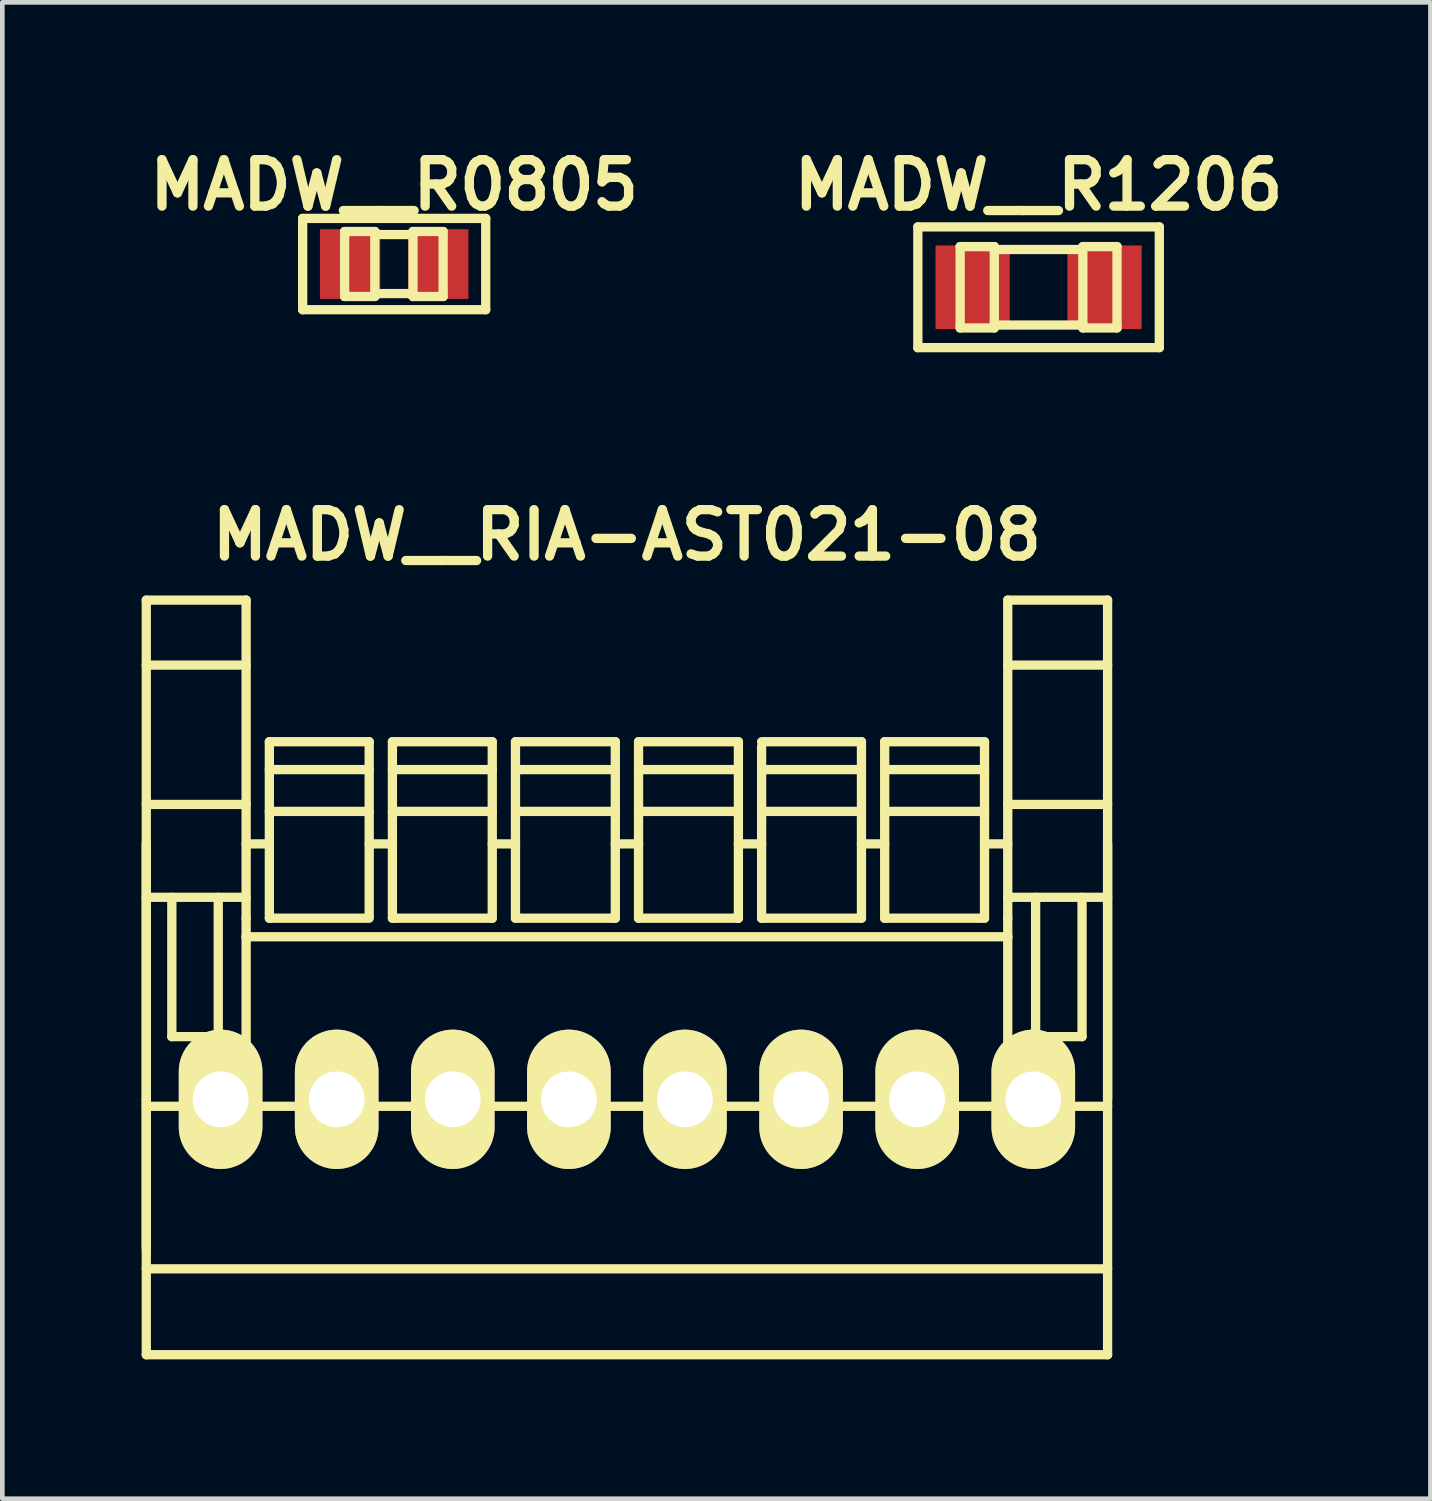
<source format=kicad_pcb>
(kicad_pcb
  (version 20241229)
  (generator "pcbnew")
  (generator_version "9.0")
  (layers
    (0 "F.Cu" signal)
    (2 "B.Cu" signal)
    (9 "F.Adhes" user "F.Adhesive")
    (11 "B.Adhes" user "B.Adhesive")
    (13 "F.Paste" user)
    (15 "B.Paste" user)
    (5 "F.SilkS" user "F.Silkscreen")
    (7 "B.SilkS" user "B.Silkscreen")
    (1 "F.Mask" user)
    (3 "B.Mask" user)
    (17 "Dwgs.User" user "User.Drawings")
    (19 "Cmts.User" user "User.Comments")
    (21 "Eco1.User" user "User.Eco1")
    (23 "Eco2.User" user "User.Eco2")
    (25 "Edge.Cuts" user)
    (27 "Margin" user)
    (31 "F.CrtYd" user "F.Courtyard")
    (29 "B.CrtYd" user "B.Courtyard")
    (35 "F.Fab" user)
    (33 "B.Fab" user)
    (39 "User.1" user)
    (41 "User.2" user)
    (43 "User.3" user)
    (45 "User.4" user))
  (footprint "MADW__R0805"
    (layer "F.Cu")
    (at 5.438 2.636)
    (property "Reference" "MADW__R0805" (at 0 -1.7 0) (layer "F.SilkS") (effects (font (size 1 1) (thickness 0.2))))
    (attr smd)
    (fp_line (start -1.971 -0.983) (end 1.971 -0.983) (stroke (width 0.2) (type solid)) (layer "F.SilkS"))
    (fp_line (start -1.971 0.983) (end -1.971 -0.983) (stroke (width 0.2) (type solid)) (layer "F.SilkS"))
    (fp_line (start -1.067 -0.701) (end -0.417 -0.701) (stroke (width 0.2) (type solid)) (layer "F.SilkS"))
    (fp_line (start -1.067 0.699) (end -1.067 -0.701) (stroke (width 0.2) (type solid)) (layer "F.SilkS"))
    (fp_line (start -1.067 0.699) (end -0.417 0.699) (stroke (width 0.2) (type solid)) (layer "F.SilkS"))
    (fp_line (start -0.417 0.699) (end -0.417 -0.701) (stroke (width 0.2) (type solid)) (layer "F.SilkS"))
    (fp_line (start -0.409 -0.635) (end 0.409 -0.635) (stroke (width 0.2) (type solid)) (layer "F.SilkS"))
    (fp_line (start -0.409 0.635) (end 0.409 0.635) (stroke (width 0.2) (type solid)) (layer "F.SilkS"))
    (fp_line (start 0.406 -0.701) (end 1.054 -0.701) (stroke (width 0.2) (type solid)) (layer "F.SilkS"))
    (fp_line (start 0.406 0.699) (end 0.406 -0.701) (stroke (width 0.2) (type solid)) (layer "F.SilkS"))
    (fp_line (start 0.406 0.699) (end 1.054 0.699) (stroke (width 0.2) (type solid)) (layer "F.SilkS"))
    (fp_line (start 1.054 0.699) (end 1.054 -0.701) (stroke (width 0.2) (type solid)) (layer "F.SilkS"))
    (fp_line (start 1.971 -0.983) (end 1.971 0.983) (stroke (width 0.2) (type solid)) (layer "F.SilkS"))
    (fp_line (start 1.971 0.983) (end -1.971 0.983) (stroke (width 0.2) (type solid)) (layer "F.SilkS"))
    (pad "1" smd rect (at -0.95 0) (size 1.298 1.499) (layers "F.Cu" "F.Mask" "F.Paste"))
    (pad "2" smd rect (at 0.95 0) (size 1.298 1.499) (layers "F.Cu" "F.Mask" "F.Paste")))
  (footprint "MADW__R1206"
    (layer "F.Cu")
    (at 19.314 3.136)
    (property "Reference" "MADW__R1206" (at 0 -2.2 0) (layer "F.SilkS") (effects (font (size 1 1) (thickness 0.2))))
    (attr smd)
    (fp_line (start -2.6 -1.3) (end 2.6 -1.3) (stroke (width 0.2) (type solid)) (layer "F.SilkS"))
    (fp_line (start -2.6 1.3) (end -2.6 -1.3) (stroke (width 0.2) (type solid)) (layer "F.SilkS"))
    (fp_line (start -1.689 -0.876) (end -0.953 -0.876) (stroke (width 0.2) (type solid)) (layer "F.SilkS"))
    (fp_line (start -1.689 0.876) (end -1.689 -0.876) (stroke (width 0.2) (type solid)) (layer "F.SilkS"))
    (fp_line (start -1.689 0.876) (end -0.953 0.876) (stroke (width 0.2) (type solid)) (layer "F.SilkS"))
    (fp_line (start -0.953 0.876) (end -0.953 -0.876) (stroke (width 0.2) (type solid)) (layer "F.SilkS"))
    (fp_line (start 0.953 -0.876) (end 1.689 -0.876) (stroke (width 0.2) (type solid)) (layer "F.SilkS"))
    (fp_line (start 0.953 -0.813) (end -0.965 -0.813) (stroke (width 0.2) (type solid)) (layer "F.SilkS"))
    (fp_line (start 0.953 0.813) (end -0.965 0.813) (stroke (width 0.2) (type solid)) (layer "F.SilkS"))
    (fp_line (start 0.953 0.876) (end 0.953 -0.876) (stroke (width 0.2) (type solid)) (layer "F.SilkS"))
    (fp_line (start 0.953 0.876) (end 1.689 0.876) (stroke (width 0.2) (type solid)) (layer "F.SilkS"))
    (fp_line (start 1.689 0.876) (end 1.689 -0.876) (stroke (width 0.2) (type solid)) (layer "F.SilkS"))
    (fp_line (start 2.6 -1.3) (end 2.6 1.3) (stroke (width 0.2) (type solid)) (layer "F.SilkS"))
    (fp_line (start 2.6 1.3) (end -2.6 1.3) (stroke (width 0.2) (type solid)) (layer "F.SilkS"))
    (pad "1" smd rect (at -1.42 0) (size 1.598 1.801) (layers "F.Cu" "F.Mask" "F.Paste"))
    (pad "2" smd rect (at 1.42 0) (size 1.598 1.801) (layers "F.Cu" "F.Mask" "F.Paste")))
  (footprint "MADW__RIA-AST021-08"
    (layer "F.Cu")
    (at 10.45 20.622)
    (property "Reference" "MADW__RIA-AST021-08" (at 0 -12.15 0) (layer "F.SilkS") (effects (font (size 1 1) (thickness 0.2))))
    (attr through_hole)
    (fp_line (start -10.35 -10.75) (end -8.2 -10.75) (stroke (width 0.2) (type solid)) (layer "F.SilkS"))
    (fp_line (start -10.35 -9.35) (end -8.2 -9.35) (stroke (width 0.2) (type solid)) (layer "F.SilkS"))
    (fp_line (start -10.35 -6.35) (end -8.2 -6.35) (stroke (width 0.2) (type solid)) (layer "F.SilkS"))
    (fp_line (start -10.35 -5.5) (end -10.35 5.5) (stroke (width 0.2) (type solid)) (layer "F.SilkS"))
    (fp_line (start -10.35 0) (end -10.35 -10.75) (stroke (width 0.2) (type solid)) (layer "F.SilkS"))
    (fp_line (start -10.35 0) (end -10.35 3.2) (stroke (width 0.2) (type solid)) (layer "F.SilkS"))
    (fp_line (start -10.35 0.15) (end 10.35 0.15) (stroke (width 0.2) (type solid)) (layer "F.SilkS"))
    (fp_line (start -10.35 3.65) (end 10.35 3.65) (stroke (width 0.2) (type solid)) (layer "F.SilkS"))
    (fp_line (start -10.35 5.5) (end 10.35 5.5) (stroke (width 0.2) (type solid)) (layer "F.SilkS"))
    (fp_line (start -9.8 -1.35) (end -9.8 -4.35) (stroke (width 0.2) (type solid)) (layer "F.SilkS"))
    (fp_line (start -8.8 -4.35) (end -8.8 -1.35) (stroke (width 0.2) (type solid)) (layer "F.SilkS"))
    (fp_line (start -8.8 -1.35) (end -9.8 -1.35) (stroke (width 0.2) (type solid)) (layer "F.SilkS"))
    (fp_line (start -8.2 -10.75) (end -8.2 -3.9) (stroke (width 0.2) (type solid)) (layer "F.SilkS"))
    (fp_line (start -8.2 -5.5) (end -7.7 -5.5) (stroke (width 0.2) (type solid)) (layer "F.SilkS"))
    (fp_line (start -8.2 -4.35) (end -10.35 -4.35) (stroke (width 0.2) (type solid)) (layer "F.SilkS"))
    (fp_line (start -8.2 -3.5) (end -8.2 -3.9) (stroke (width 0.2) (type solid)) (layer "F.SilkS"))
    (fp_line (start -8.2 -3.5) (end -8.2 0.15) (stroke (width 0.2) (type solid)) (layer "F.SilkS"))
    (fp_line (start -7.7 -7.7) (end -5.55 -7.7) (stroke (width 0.2) (type solid)) (layer "F.SilkS"))
    (fp_line (start -7.7 -7.1) (end -5.55 -7.1) (stroke (width 0.2) (type solid)) (layer "F.SilkS"))
    (fp_line (start -7.7 -6.2) (end -5.55 -6.2) (stroke (width 0.2) (type solid)) (layer "F.SilkS"))
    (fp_line (start -7.7 -3.9) (end -7.7 -7.7) (stroke (width 0.2) (type solid)) (layer "F.SilkS"))
    (fp_line (start -7.7 -3.9) (end -5.55 -3.9) (stroke (width 0.2) (type solid)) (layer "F.SilkS"))
    (fp_line (start -5.55 -7.7) (end -5.55 -3.95) (stroke (width 0.2) (type solid)) (layer "F.SilkS"))
    (fp_line (start -5.55 -5.5) (end -5.05 -5.5) (stroke (width 0.2) (type solid)) (layer "F.SilkS"))
    (fp_line (start -5.05 -7.7) (end -5.05 -3.9) (stroke (width 0.2) (type solid)) (layer "F.SilkS"))
    (fp_line (start -5.05 -7.7) (end -2.9 -7.7) (stroke (width 0.2) (type solid)) (layer "F.SilkS"))
    (fp_line (start -5.05 -7.1) (end -2.9 -7.1) (stroke (width 0.2) (type solid)) (layer "F.SilkS"))
    (fp_line (start -5.05 -6.2) (end -2.9 -6.2) (stroke (width 0.2) (type solid)) (layer "F.SilkS"))
    (fp_line (start -5.05 -3.9) (end -2.9 -3.9) (stroke (width 0.2) (type solid)) (layer "F.SilkS"))
    (fp_line (start -2.9 -5.5) (end -2.4 -5.5) (stroke (width 0.2) (type solid)) (layer "F.SilkS"))
    (fp_line (start -2.9 -3.9) (end -2.9 -7.7) (stroke (width 0.2) (type solid)) (layer "F.SilkS"))
    (fp_line (start -2.4 -7.7) (end -2.4 -3.9) (stroke (width 0.2) (type solid)) (layer "F.SilkS"))
    (fp_line (start -2.4 -7.7) (end -0.25 -7.7) (stroke (width 0.2) (type solid)) (layer "F.SilkS"))
    (fp_line (start -2.4 -7.1) (end -0.25 -7.1) (stroke (width 0.2) (type solid)) (layer "F.SilkS"))
    (fp_line (start -2.4 -6.2) (end -0.25 -6.2) (stroke (width 0.2) (type solid)) (layer "F.SilkS"))
    (fp_line (start -2.4 -3.9) (end -0.25 -3.9) (stroke (width 0.2) (type solid)) (layer "F.SilkS"))
    (fp_line (start -0.25 -5.5) (end 0.25 -5.5) (stroke (width 0.2) (type solid)) (layer "F.SilkS"))
    (fp_line (start -0.25 -3.9) (end -0.25 -7.7) (stroke (width 0.2) (type solid)) (layer "F.SilkS"))
    (fp_line (start 0.25 -7.7) (end 0.25 -3.9) (stroke (width 0.2) (type solid)) (layer "F.SilkS"))
    (fp_line (start 0.25 -7.7) (end 2.4 -7.7) (stroke (width 0.2) (type solid)) (layer "F.SilkS"))
    (fp_line (start 0.25 -7.1) (end 2.4 -7.1) (stroke (width 0.2) (type solid)) (layer "F.SilkS"))
    (fp_line (start 0.25 -6.2) (end 2.4 -6.2) (stroke (width 0.2) (type solid)) (layer "F.SilkS"))
    (fp_line (start 0.25 -3.9) (end 2.4 -3.9) (stroke (width 0.2) (type solid)) (layer "F.SilkS"))
    (fp_line (start 2.4 -5.5) (end 2.9 -5.5) (stroke (width 0.2) (type solid)) (layer "F.SilkS"))
    (fp_line (start 2.4 -3.9) (end 2.4 -7.7) (stroke (width 0.2) (type solid)) (layer "F.SilkS"))
    (fp_line (start 2.9 -7.7) (end 5.05 -7.7) (stroke (width 0.2) (type solid)) (layer "F.SilkS"))
    (fp_line (start 2.9 -7.6) (end 2.9 -3.9) (stroke (width 0.2) (type solid)) (layer "F.SilkS"))
    (fp_line (start 2.9 -7.1) (end 5.05 -7.1) (stroke (width 0.2) (type solid)) (layer "F.SilkS"))
    (fp_line (start 2.9 -6.2) (end 5.05 -6.2) (stroke (width 0.2) (type solid)) (layer "F.SilkS"))
    (fp_line (start 2.9 -3.9) (end 5.05 -3.9) (stroke (width 0.2) (type solid)) (layer "F.SilkS"))
    (fp_line (start 5.05 -5.5) (end 5.55 -5.5) (stroke (width 0.2) (type solid)) (layer "F.SilkS"))
    (fp_line (start 5.05 -3.9) (end 5.05 -7.7) (stroke (width 0.2) (type solid)) (layer "F.SilkS"))
    (fp_line (start 5.55 -7.7) (end 5.55 -3.9) (stroke (width 0.2) (type solid)) (layer "F.SilkS"))
    (fp_line (start 5.55 -7.7) (end 7.7 -7.7) (stroke (width 0.2) (type solid)) (layer "F.SilkS"))
    (fp_line (start 5.55 -7.1) (end 7.7 -7.1) (stroke (width 0.2) (type solid)) (layer "F.SilkS"))
    (fp_line (start 5.55 -6.2) (end 7.7 -6.2) (stroke (width 0.2) (type solid)) (layer "F.SilkS"))
    (fp_line (start 5.55 -3.9) (end 7.7 -3.9) (stroke (width 0.2) (type solid)) (layer "F.SilkS"))
    (fp_line (start 7.7 -5.5) (end 8.2 -5.5) (stroke (width 0.2) (type solid)) (layer "F.SilkS"))
    (fp_line (start 7.7 -3.9) (end 7.7 -7.7) (stroke (width 0.2) (type solid)) (layer "F.SilkS"))
    (fp_line (start 8.2 -10.75) (end 8.2 -3.9) (stroke (width 0.2) (type solid)) (layer "F.SilkS"))
    (fp_line (start 8.2 -9.35) (end 10.35 -9.35) (stroke (width 0.2) (type solid)) (layer "F.SilkS"))
    (fp_line (start 8.2 -4.35) (end 10.35 -4.35) (stroke (width 0.2) (type solid)) (layer "F.SilkS"))
    (fp_line (start 8.2 -3.9) (end 8.2 -3.5) (stroke (width 0.2) (type solid)) (layer "F.SilkS"))
    (fp_line (start 8.2 -3.5) (end -8.2 -3.5) (stroke (width 0.2) (type solid)) (layer "F.SilkS"))
    (fp_line (start 8.2 -3.5) (end 8.2 0.15) (stroke (width 0.2) (type solid)) (layer "F.SilkS"))
    (fp_line (start 8.8 -4.35) (end 8.8 -1.35) (stroke (width 0.2) (type solid)) (layer "F.SilkS"))
    (fp_line (start 8.8 -1.35) (end 9.8 -1.35) (stroke (width 0.2) (type solid)) (layer "F.SilkS"))
    (fp_line (start 9.8 -1.35) (end 9.8 -4.35) (stroke (width 0.2) (type solid)) (layer "F.SilkS"))
    (fp_line (start 10.35 -10.75) (end 8.2 -10.75) (stroke (width 0.2) (type solid)) (layer "F.SilkS"))
    (fp_line (start 10.35 -6.35) (end 8.2 -6.35) (stroke (width 0.2) (type solid)) (layer "F.SilkS"))
    (fp_line (start 10.35 0) (end 10.35 -10.75) (stroke (width 0.2) (type solid)) (layer "F.SilkS"))
    (fp_line (start 10.35 5.5) (end 10.35 -5.5) (stroke (width 0.2) (type solid)) (layer "F.SilkS"))
    (pad "1" thru_hole oval (at -8.75 0) (size 1.8 3) (drill 1.2) (layers "*.Cu" "*.Mask" "F.SilkS"))
    (pad "2" thru_hole oval (at -6.25 0) (size 1.8 3) (drill 1.2) (layers "*.Cu" "*.Mask" "F.SilkS"))
    (pad "3" thru_hole oval (at -3.75 0) (size 1.8 3) (drill 1.2) (layers "*.Cu" "*.Mask" "F.SilkS"))
    (pad "4" thru_hole oval (at -1.25 0) (size 1.8 3) (drill 1.2) (layers "*.Cu" "*.Mask" "F.SilkS"))
    (pad "5" thru_hole oval (at 1.25 0) (size 1.8 3) (drill 1.2) (layers "*.Cu" "*.Mask" "F.SilkS"))
    (pad "6" thru_hole oval (at 3.75 0) (size 1.8 3) (drill 1.2) (layers "*.Cu" "*.Mask" "F.SilkS"))
    (pad "7" thru_hole oval (at 6.25 0) (size 1.8 3) (drill 1.2) (layers "*.Cu" "*.Mask" "F.SilkS"))
    (pad "8" thru_hole oval (at 8.75 0) (size 1.8 3) (drill 1.2) (layers "*.Cu" "*.Mask" "F.SilkS")))
  (gr_rect
    (start -3 -3)
    (end 27.752 29.222)
    (stroke (width 0.1) (type default))
    (fill no)
    (layer "Edge.Cuts")))
</source>
